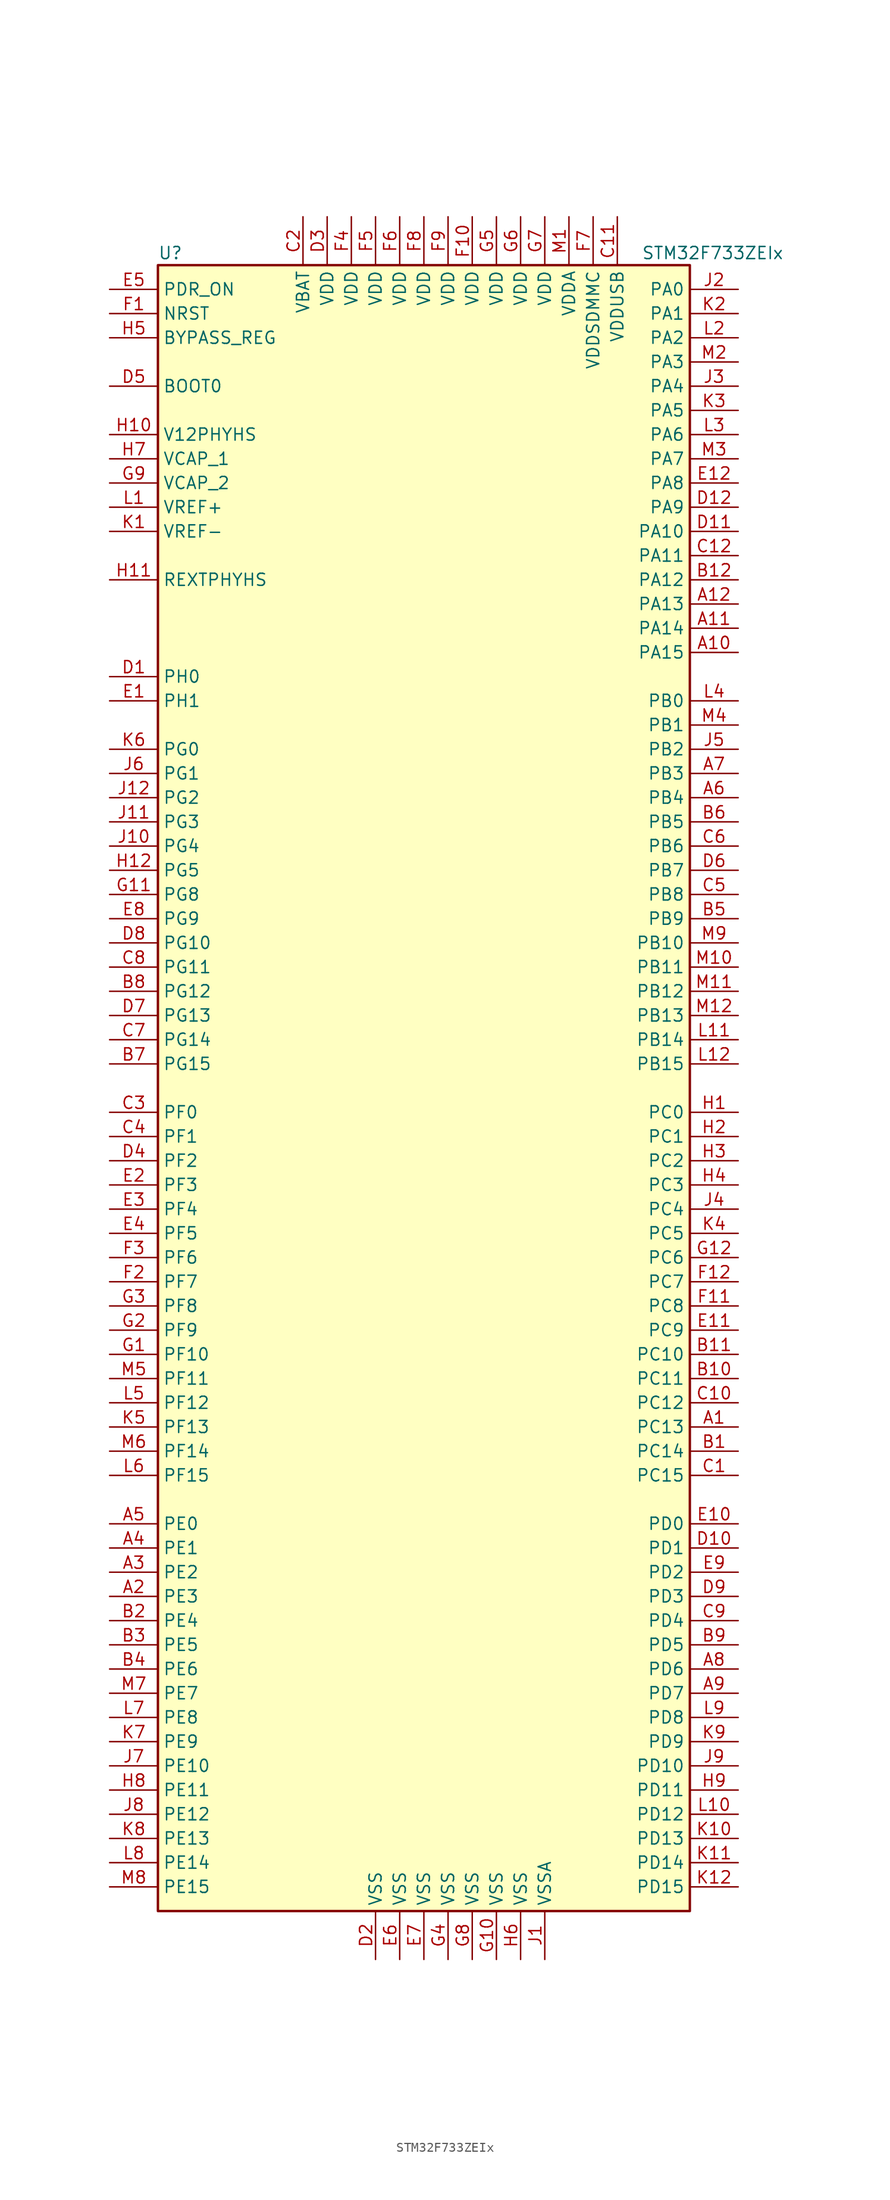
<source format=kicad_sym>
(kicad_symbol_lib
  (version 20201005)
  (generator kicad_symbol_editor)
  (symbol "STM32F733ZEIx"
    (property "Reference" "U"
      (at -27.94 87.63 0)
      (effects (font (size 1.27 1.27)) (justify left)))
    (property "Value" "STM32F733ZEIx"
      (at 22.86 87.63 0)
      (effects (font (size 1.27 1.27)) (justify left)))
    (symbol "STM32F733ZEIx_0_1"
      (rectangle (start -27.94 -86.36) (end 27.94 86.36) (stroke (width 0.254)) (fill (type background))))
    (symbol "STM32F733ZEIx_1_1"
      (pin bidirectional line (at 33.02 -35.56 180) (length 5.08) (name "PC13" (effects (font (size 1.27 1.27)))) (number "A1" (effects (font (size 1.27 1.27)))))
      (pin bidirectional line (at 33.02 45.72 180) (length 5.08) (name "PA15" (effects (font (size 1.27 1.27)))) (number "A10" (effects (font (size 1.27 1.27)))))
      (pin bidirectional line (at 33.02 48.26 180) (length 5.08) (name "PA14" (effects (font (size 1.27 1.27)))) (number "A11" (effects (font (size 1.27 1.27)))))
      (pin bidirectional line (at 33.02 50.8 180) (length 5.08) (name "PA13" (effects (font (size 1.27 1.27)))) (number "A12" (effects (font (size 1.27 1.27)))))
      (pin bidirectional line (at -33.02 -53.34 0) (length 5.08) (name "PE3" (effects (font (size 1.27 1.27)))) (number "A2" (effects (font (size 1.27 1.27)))))
      (pin bidirectional line (at -33.02 -50.8 0) (length 5.08) (name "PE2" (effects (font (size 1.27 1.27)))) (number "A3" (effects (font (size 1.27 1.27)))))
      (pin bidirectional line (at -33.02 -48.26 0) (length 5.08) (name "PE1" (effects (font (size 1.27 1.27)))) (number "A4" (effects (font (size 1.27 1.27)))))
      (pin bidirectional line (at -33.02 -45.72 0) (length 5.08) (name "PE0" (effects (font (size 1.27 1.27)))) (number "A5" (effects (font (size 1.27 1.27)))))
      (pin bidirectional line (at 33.02 30.48 180) (length 5.08) (name "PB4" (effects (font (size 1.27 1.27)))) (number "A6" (effects (font (size 1.27 1.27)))))
      (pin bidirectional line (at 33.02 33.02 180) (length 5.08) (name "PB3" (effects (font (size 1.27 1.27)))) (number "A7" (effects (font (size 1.27 1.27)))))
      (pin bidirectional line (at 33.02 -60.96 180) (length 5.08) (name "PD6" (effects (font (size 1.27 1.27)))) (number "A8" (effects (font (size 1.27 1.27)))))
      (pin bidirectional line (at 33.02 -63.5 180) (length 5.08) (name "PD7" (effects (font (size 1.27 1.27)))) (number "A9" (effects (font (size 1.27 1.27)))))
      (pin bidirectional line (at 33.02 -38.1 180) (length 5.08) (name "PC14" (effects (font (size 1.27 1.27)))) (number "B1" (effects (font (size 1.27 1.27)))))
      (pin bidirectional line (at 33.02 -30.48 180) (length 5.08) (name "PC11" (effects (font (size 1.27 1.27)))) (number "B10" (effects (font (size 1.27 1.27)))))
      (pin bidirectional line (at 33.02 -27.94 180) (length 5.08) (name "PC10" (effects (font (size 1.27 1.27)))) (number "B11" (effects (font (size 1.27 1.27)))))
      (pin bidirectional line (at 33.02 53.34 180) (length 5.08) (name "PA12" (effects (font (size 1.27 1.27)))) (number "B12" (effects (font (size 1.27 1.27)))))
      (pin bidirectional line (at -33.02 -55.88 0) (length 5.08) (name "PE4" (effects (font (size 1.27 1.27)))) (number "B2" (effects (font (size 1.27 1.27)))))
      (pin bidirectional line (at -33.02 -58.42 0) (length 5.08) (name "PE5" (effects (font (size 1.27 1.27)))) (number "B3" (effects (font (size 1.27 1.27)))))
      (pin bidirectional line (at -33.02 -60.96 0) (length 5.08) (name "PE6" (effects (font (size 1.27 1.27)))) (number "B4" (effects (font (size 1.27 1.27)))))
      (pin bidirectional line (at 33.02 17.78 180) (length 5.08) (name "PB9" (effects (font (size 1.27 1.27)))) (number "B5" (effects (font (size 1.27 1.27)))))
      (pin bidirectional line (at 33.02 27.94 180) (length 5.08) (name "PB5" (effects (font (size 1.27 1.27)))) (number "B6" (effects (font (size 1.27 1.27)))))
      (pin bidirectional line (at -33.02 2.54 0) (length 5.08) (name "PG15" (effects (font (size 1.27 1.27)))) (number "B7" (effects (font (size 1.27 1.27)))))
      (pin bidirectional line (at -33.02 10.16 0) (length 5.08) (name "PG12" (effects (font (size 1.27 1.27)))) (number "B8" (effects (font (size 1.27 1.27)))))
      (pin bidirectional line (at 33.02 -58.42 180) (length 5.08) (name "PD5" (effects (font (size 1.27 1.27)))) (number "B9" (effects (font (size 1.27 1.27)))))
      (pin bidirectional line (at 33.02 -40.64 180) (length 5.08) (name "PC15" (effects (font (size 1.27 1.27)))) (number "C1" (effects (font (size 1.27 1.27)))))
      (pin bidirectional line (at 33.02 -33.02 180) (length 5.08) (name "PC12" (effects (font (size 1.27 1.27)))) (number "C10" (effects (font (size 1.27 1.27)))))
      (pin power_in line (at 20.32 91.44 270) (length 5.08) (name "VDDUSB" (effects (font (size 1.27 1.27)))) (number "C11" (effects (font (size 1.27 1.27)))))
      (pin bidirectional line (at 33.02 55.88 180) (length 5.08) (name "PA11" (effects (font (size 1.27 1.27)))) (number "C12" (effects (font (size 1.27 1.27)))))
      (pin power_in line (at -12.7 91.44 270) (length 5.08) (name "VBAT" (effects (font (size 1.27 1.27)))) (number "C2" (effects (font (size 1.27 1.27)))))
      (pin bidirectional line (at -33.02 -2.54 0) (length 5.08) (name "PF0" (effects (font (size 1.27 1.27)))) (number "C3" (effects (font (size 1.27 1.27)))))
      (pin bidirectional line (at -33.02 -5.08 0) (length 5.08) (name "PF1" (effects (font (size 1.27 1.27)))) (number "C4" (effects (font (size 1.27 1.27)))))
      (pin bidirectional line (at 33.02 20.32 180) (length 5.08) (name "PB8" (effects (font (size 1.27 1.27)))) (number "C5" (effects (font (size 1.27 1.27)))))
      (pin bidirectional line (at 33.02 25.4 180) (length 5.08) (name "PB6" (effects (font (size 1.27 1.27)))) (number "C6" (effects (font (size 1.27 1.27)))))
      (pin bidirectional line (at -33.02 5.08 0) (length 5.08) (name "PG14" (effects (font (size 1.27 1.27)))) (number "C7" (effects (font (size 1.27 1.27)))))
      (pin bidirectional line (at -33.02 12.7 0) (length 5.08) (name "PG11" (effects (font (size 1.27 1.27)))) (number "C8" (effects (font (size 1.27 1.27)))))
      (pin bidirectional line (at 33.02 -55.88 180) (length 5.08) (name "PD4" (effects (font (size 1.27 1.27)))) (number "C9" (effects (font (size 1.27 1.27)))))
      (pin input line (at -33.02 43.18 0) (length 5.08) (name "PH0" (effects (font (size 1.27 1.27)))) (number "D1" (effects (font (size 1.27 1.27)))))
      (pin bidirectional line (at 33.02 -48.26 180) (length 5.08) (name "PD1" (effects (font (size 1.27 1.27)))) (number "D10" (effects (font (size 1.27 1.27)))))
      (pin bidirectional line (at 33.02 58.42 180) (length 5.08) (name "PA10" (effects (font (size 1.27 1.27)))) (number "D11" (effects (font (size 1.27 1.27)))))
      (pin bidirectional line (at 33.02 60.96 180) (length 5.08) (name "PA9" (effects (font (size 1.27 1.27)))) (number "D12" (effects (font (size 1.27 1.27)))))
      (pin power_in line (at -5.08 -91.44 90) (length 5.08) (name "VSS" (effects (font (size 1.27 1.27)))) (number "D2" (effects (font (size 1.27 1.27)))))
      (pin power_in line (at -10.16 91.44 270) (length 5.08) (name "VDD" (effects (font (size 1.27 1.27)))) (number "D3" (effects (font (size 1.27 1.27)))))
      (pin bidirectional line (at -33.02 -7.62 0) (length 5.08) (name "PF2" (effects (font (size 1.27 1.27)))) (number "D4" (effects (font (size 1.27 1.27)))))
      (pin input line (at -33.02 73.66 0) (length 5.08) (name "BOOT0" (effects (font (size 1.27 1.27)))) (number "D5" (effects (font (size 1.27 1.27)))))
      (pin bidirectional line (at 33.02 22.86 180) (length 5.08) (name "PB7" (effects (font (size 1.27 1.27)))) (number "D6" (effects (font (size 1.27 1.27)))))
      (pin bidirectional line (at -33.02 7.62 0) (length 5.08) (name "PG13" (effects (font (size 1.27 1.27)))) (number "D7" (effects (font (size 1.27 1.27)))))
      (pin bidirectional line (at -33.02 15.24 0) (length 5.08) (name "PG10" (effects (font (size 1.27 1.27)))) (number "D8" (effects (font (size 1.27 1.27)))))
      (pin bidirectional line (at 33.02 -53.34 180) (length 5.08) (name "PD3" (effects (font (size 1.27 1.27)))) (number "D9" (effects (font (size 1.27 1.27)))))
      (pin input line (at -33.02 40.64 0) (length 5.08) (name "PH1" (effects (font (size 1.27 1.27)))) (number "E1" (effects (font (size 1.27 1.27)))))
      (pin bidirectional line (at 33.02 -45.72 180) (length 5.08) (name "PD0" (effects (font (size 1.27 1.27)))) (number "E10" (effects (font (size 1.27 1.27)))))
      (pin bidirectional line (at 33.02 -25.4 180) (length 5.08) (name "PC9" (effects (font (size 1.27 1.27)))) (number "E11" (effects (font (size 1.27 1.27)))))
      (pin bidirectional line (at 33.02 63.5 180) (length 5.08) (name "PA8" (effects (font (size 1.27 1.27)))) (number "E12" (effects (font (size 1.27 1.27)))))
      (pin bidirectional line (at -33.02 -10.16 0) (length 5.08) (name "PF3" (effects (font (size 1.27 1.27)))) (number "E2" (effects (font (size 1.27 1.27)))))
      (pin bidirectional line (at -33.02 -12.7 0) (length 5.08) (name "PF4" (effects (font (size 1.27 1.27)))) (number "E3" (effects (font (size 1.27 1.27)))))
      (pin bidirectional line (at -33.02 -15.24 0) (length 5.08) (name "PF5" (effects (font (size 1.27 1.27)))) (number "E4" (effects (font (size 1.27 1.27)))))
      (pin input line (at -33.02 83.82 0) (length 5.08) (name "PDR_ON" (effects (font (size 1.27 1.27)))) (number "E5" (effects (font (size 1.27 1.27)))))
      (pin power_in line (at -2.54 -91.44 90) (length 5.08) (name "VSS" (effects (font (size 1.27 1.27)))) (number "E6" (effects (font (size 1.27 1.27)))))
      (pin power_in line (at 0 -91.44 90) (length 5.08) (name "VSS" (effects (font (size 1.27 1.27)))) (number "E7" (effects (font (size 1.27 1.27)))))
      (pin bidirectional line (at -33.02 17.78 0) (length 5.08) (name "PG9" (effects (font (size 1.27 1.27)))) (number "E8" (effects (font (size 1.27 1.27)))))
      (pin bidirectional line (at 33.02 -50.8 180) (length 5.08) (name "PD2" (effects (font (size 1.27 1.27)))) (number "E9" (effects (font (size 1.27 1.27)))))
      (pin input line (at -33.02 81.28 0) (length 5.08) (name "NRST" (effects (font (size 1.27 1.27)))) (number "F1" (effects (font (size 1.27 1.27)))))
      (pin power_in line (at 5.08 91.44 270) (length 5.08) (name "VDD" (effects (font (size 1.27 1.27)))) (number "F10" (effects (font (size 1.27 1.27)))))
      (pin bidirectional line (at 33.02 -22.86 180) (length 5.08) (name "PC8" (effects (font (size 1.27 1.27)))) (number "F11" (effects (font (size 1.27 1.27)))))
      (pin bidirectional line (at 33.02 -20.32 180) (length 5.08) (name "PC7" (effects (font (size 1.27 1.27)))) (number "F12" (effects (font (size 1.27 1.27)))))
      (pin bidirectional line (at -33.02 -20.32 0) (length 5.08) (name "PF7" (effects (font (size 1.27 1.27)))) (number "F2" (effects (font (size 1.27 1.27)))))
      (pin bidirectional line (at -33.02 -17.78 0) (length 5.08) (name "PF6" (effects (font (size 1.27 1.27)))) (number "F3" (effects (font (size 1.27 1.27)))))
      (pin power_in line (at -7.62 91.44 270) (length 5.08) (name "VDD" (effects (font (size 1.27 1.27)))) (number "F4" (effects (font (size 1.27 1.27)))))
      (pin power_in line (at -5.08 91.44 270) (length 5.08) (name "VDD" (effects (font (size 1.27 1.27)))) (number "F5" (effects (font (size 1.27 1.27)))))
      (pin power_in line (at -2.54 91.44 270) (length 5.08) (name "VDD" (effects (font (size 1.27 1.27)))) (number "F6" (effects (font (size 1.27 1.27)))))
      (pin power_in line (at 17.78 91.44 270) (length 5.08) (name "VDDSDMMC" (effects (font (size 1.27 1.27)))) (number "F7" (effects (font (size 1.27 1.27)))))
      (pin power_in line (at 0 91.44 270) (length 5.08) (name "VDD" (effects (font (size 1.27 1.27)))) (number "F8" (effects (font (size 1.27 1.27)))))
      (pin power_in line (at 2.54 91.44 270) (length 5.08) (name "VDD" (effects (font (size 1.27 1.27)))) (number "F9" (effects (font (size 1.27 1.27)))))
      (pin bidirectional line (at -33.02 -27.94 0) (length 5.08) (name "PF10" (effects (font (size 1.27 1.27)))) (number "G1" (effects (font (size 1.27 1.27)))))
      (pin power_in line (at 7.62 -91.44 90) (length 5.08) (name "VSS" (effects (font (size 1.27 1.27)))) (number "G10" (effects (font (size 1.27 1.27)))))
      (pin bidirectional line (at -33.02 20.32 0) (length 5.08) (name "PG8" (effects (font (size 1.27 1.27)))) (number "G11" (effects (font (size 1.27 1.27)))))
      (pin bidirectional line (at 33.02 -17.78 180) (length 5.08) (name "PC6" (effects (font (size 1.27 1.27)))) (number "G12" (effects (font (size 1.27 1.27)))))
      (pin bidirectional line (at -33.02 -25.4 0) (length 5.08) (name "PF9" (effects (font (size 1.27 1.27)))) (number "G2" (effects (font (size 1.27 1.27)))))
      (pin bidirectional line (at -33.02 -22.86 0) (length 5.08) (name "PF8" (effects (font (size 1.27 1.27)))) (number "G3" (effects (font (size 1.27 1.27)))))
      (pin power_in line (at 2.54 -91.44 90) (length 5.08) (name "VSS" (effects (font (size 1.27 1.27)))) (number "G4" (effects (font (size 1.27 1.27)))))
      (pin power_in line (at 7.62 91.44 270) (length 5.08) (name "VDD" (effects (font (size 1.27 1.27)))) (number "G5" (effects (font (size 1.27 1.27)))))
      (pin power_in line (at 10.16 91.44 270) (length 5.08) (name "VDD" (effects (font (size 1.27 1.27)))) (number "G6" (effects (font (size 1.27 1.27)))))
      (pin power_in line (at 12.7 91.44 270) (length 5.08) (name "VDD" (effects (font (size 1.27 1.27)))) (number "G7" (effects (font (size 1.27 1.27)))))
      (pin power_in line (at 5.08 -91.44 90) (length 5.08) (name "VSS" (effects (font (size 1.27 1.27)))) (number "G8" (effects (font (size 1.27 1.27)))))
      (pin power_in line (at -33.02 63.5 0) (length 5.08) (name "VCAP_2" (effects (font (size 1.27 1.27)))) (number "G9" (effects (font (size 1.27 1.27)))))
      (pin bidirectional line (at 33.02 -2.54 180) (length 5.08) (name "PC0" (effects (font (size 1.27 1.27)))) (number "H1" (effects (font (size 1.27 1.27)))))
      (pin power_in line (at -33.02 68.58 0) (length 5.08) (name "V12PHYHS" (effects (font (size 1.27 1.27)))) (number "H10" (effects (font (size 1.27 1.27)))))
      (pin bidirectional line (at -33.02 53.34 0) (length 5.08) (name "REXTPHYHS" (effects (font (size 1.27 1.27)))) (number "H11" (effects (font (size 1.27 1.27)))))
      (pin bidirectional line (at -33.02 22.86 0) (length 5.08) (name "PG5" (effects (font (size 1.27 1.27)))) (number "H12" (effects (font (size 1.27 1.27)))))
      (pin bidirectional line (at 33.02 -5.08 180) (length 5.08) (name "PC1" (effects (font (size 1.27 1.27)))) (number "H2" (effects (font (size 1.27 1.27)))))
      (pin bidirectional line (at 33.02 -7.62 180) (length 5.08) (name "PC2" (effects (font (size 1.27 1.27)))) (number "H3" (effects (font (size 1.27 1.27)))))
      (pin bidirectional line (at 33.02 -10.16 180) (length 5.08) (name "PC3" (effects (font (size 1.27 1.27)))) (number "H4" (effects (font (size 1.27 1.27)))))
      (pin input line (at -33.02 78.74 0) (length 5.08) (name "BYPASS_REG" (effects (font (size 1.27 1.27)))) (number "H5" (effects (font (size 1.27 1.27)))))
      (pin power_in line (at 10.16 -91.44 90) (length 5.08) (name "VSS" (effects (font (size 1.27 1.27)))) (number "H6" (effects (font (size 1.27 1.27)))))
      (pin power_in line (at -33.02 66.04 0) (length 5.08) (name "VCAP_1" (effects (font (size 1.27 1.27)))) (number "H7" (effects (font (size 1.27 1.27)))))
      (pin bidirectional line (at -33.02 -73.66 0) (length 5.08) (name "PE11" (effects (font (size 1.27 1.27)))) (number "H8" (effects (font (size 1.27 1.27)))))
      (pin bidirectional line (at 33.02 -73.66 180) (length 5.08) (name "PD11" (effects (font (size 1.27 1.27)))) (number "H9" (effects (font (size 1.27 1.27)))))
      (pin power_in line (at 12.7 -91.44 90) (length 5.08) (name "VSSA" (effects (font (size 1.27 1.27)))) (number "J1" (effects (font (size 1.27 1.27)))))
      (pin bidirectional line (at -33.02 25.4 0) (length 5.08) (name "PG4" (effects (font (size 1.27 1.27)))) (number "J10" (effects (font (size 1.27 1.27)))))
      (pin bidirectional line (at -33.02 27.94 0) (length 5.08) (name "PG3" (effects (font (size 1.27 1.27)))) (number "J11" (effects (font (size 1.27 1.27)))))
      (pin bidirectional line (at -33.02 30.48 0) (length 5.08) (name "PG2" (effects (font (size 1.27 1.27)))) (number "J12" (effects (font (size 1.27 1.27)))))
      (pin bidirectional line (at 33.02 83.82 180) (length 5.08) (name "PA0" (effects (font (size 1.27 1.27)))) (number "J2" (effects (font (size 1.27 1.27)))))
      (pin bidirectional line (at 33.02 73.66 180) (length 5.08) (name "PA4" (effects (font (size 1.27 1.27)))) (number "J3" (effects (font (size 1.27 1.27)))))
      (pin bidirectional line (at 33.02 -12.7 180) (length 5.08) (name "PC4" (effects (font (size 1.27 1.27)))) (number "J4" (effects (font (size 1.27 1.27)))))
      (pin bidirectional line (at 33.02 35.56 180) (length 5.08) (name "PB2" (effects (font (size 1.27 1.27)))) (number "J5" (effects (font (size 1.27 1.27)))))
      (pin bidirectional line (at -33.02 33.02 0) (length 5.08) (name "PG1" (effects (font (size 1.27 1.27)))) (number "J6" (effects (font (size 1.27 1.27)))))
      (pin bidirectional line (at -33.02 -71.12 0) (length 5.08) (name "PE10" (effects (font (size 1.27 1.27)))) (number "J7" (effects (font (size 1.27 1.27)))))
      (pin bidirectional line (at -33.02 -76.2 0) (length 5.08) (name "PE12" (effects (font (size 1.27 1.27)))) (number "J8" (effects (font (size 1.27 1.27)))))
      (pin bidirectional line (at 33.02 -71.12 180) (length 5.08) (name "PD10" (effects (font (size 1.27 1.27)))) (number "J9" (effects (font (size 1.27 1.27)))))
      (pin power_in line (at -33.02 58.42 0) (length 5.08) (name "VREF-" (effects (font (size 1.27 1.27)))) (number "K1" (effects (font (size 1.27 1.27)))))
      (pin bidirectional line (at 33.02 -78.74 180) (length 5.08) (name "PD13" (effects (font (size 1.27 1.27)))) (number "K10" (effects (font (size 1.27 1.27)))))
      (pin bidirectional line (at 33.02 -81.28 180) (length 5.08) (name "PD14" (effects (font (size 1.27 1.27)))) (number "K11" (effects (font (size 1.27 1.27)))))
      (pin bidirectional line (at 33.02 -83.82 180) (length 5.08) (name "PD15" (effects (font (size 1.27 1.27)))) (number "K12" (effects (font (size 1.27 1.27)))))
      (pin bidirectional line (at 33.02 81.28 180) (length 5.08) (name "PA1" (effects (font (size 1.27 1.27)))) (number "K2" (effects (font (size 1.27 1.27)))))
      (pin bidirectional line (at 33.02 71.12 180) (length 5.08) (name "PA5" (effects (font (size 1.27 1.27)))) (number "K3" (effects (font (size 1.27 1.27)))))
      (pin bidirectional line (at 33.02 -15.24 180) (length 5.08) (name "PC5" (effects (font (size 1.27 1.27)))) (number "K4" (effects (font (size 1.27 1.27)))))
      (pin bidirectional line (at -33.02 -35.56 0) (length 5.08) (name "PF13" (effects (font (size 1.27 1.27)))) (number "K5" (effects (font (size 1.27 1.27)))))
      (pin bidirectional line (at -33.02 35.56 0) (length 5.08) (name "PG0" (effects (font (size 1.27 1.27)))) (number "K6" (effects (font (size 1.27 1.27)))))
      (pin bidirectional line (at -33.02 -68.58 0) (length 5.08) (name "PE9" (effects (font (size 1.27 1.27)))) (number "K7" (effects (font (size 1.27 1.27)))))
      (pin bidirectional line (at -33.02 -78.74 0) (length 5.08) (name "PE13" (effects (font (size 1.27 1.27)))) (number "K8" (effects (font (size 1.27 1.27)))))
      (pin bidirectional line (at 33.02 -68.58 180) (length 5.08) (name "PD9" (effects (font (size 1.27 1.27)))) (number "K9" (effects (font (size 1.27 1.27)))))
      (pin power_in line (at -33.02 60.96 0) (length 5.08) (name "VREF+" (effects (font (size 1.27 1.27)))) (number "L1" (effects (font (size 1.27 1.27)))))
      (pin bidirectional line (at 33.02 -76.2 180) (length 5.08) (name "PD12" (effects (font (size 1.27 1.27)))) (number "L10" (effects (font (size 1.27 1.27)))))
      (pin bidirectional line (at 33.02 5.08 180) (length 5.08) (name "PB14" (effects (font (size 1.27 1.27)))) (number "L11" (effects (font (size 1.27 1.27)))))
      (pin bidirectional line (at 33.02 2.54 180) (length 5.08) (name "PB15" (effects (font (size 1.27 1.27)))) (number "L12" (effects (font (size 1.27 1.27)))))
      (pin bidirectional line (at 33.02 78.74 180) (length 5.08) (name "PA2" (effects (font (size 1.27 1.27)))) (number "L2" (effects (font (size 1.27 1.27)))))
      (pin bidirectional line (at 33.02 68.58 180) (length 5.08) (name "PA6" (effects (font (size 1.27 1.27)))) (number "L3" (effects (font (size 1.27 1.27)))))
      (pin bidirectional line (at 33.02 40.64 180) (length 5.08) (name "PB0" (effects (font (size 1.27 1.27)))) (number "L4" (effects (font (size 1.27 1.27)))))
      (pin bidirectional line (at -33.02 -33.02 0) (length 5.08) (name "PF12" (effects (font (size 1.27 1.27)))) (number "L5" (effects (font (size 1.27 1.27)))))
      (pin bidirectional line (at -33.02 -40.64 0) (length 5.08) (name "PF15" (effects (font (size 1.27 1.27)))) (number "L6" (effects (font (size 1.27 1.27)))))
      (pin bidirectional line (at -33.02 -66.04 0) (length 5.08) (name "PE8" (effects (font (size 1.27 1.27)))) (number "L7" (effects (font (size 1.27 1.27)))))
      (pin bidirectional line (at -33.02 -81.28 0) (length 5.08) (name "PE14" (effects (font (size 1.27 1.27)))) (number "L8" (effects (font (size 1.27 1.27)))))
      (pin bidirectional line (at 33.02 -66.04 180) (length 5.08) (name "PD8" (effects (font (size 1.27 1.27)))) (number "L9" (effects (font (size 1.27 1.27)))))
      (pin power_in line (at 15.24 91.44 270) (length 5.08) (name "VDDA" (effects (font (size 1.27 1.27)))) (number "M1" (effects (font (size 1.27 1.27)))))
      (pin bidirectional line (at 33.02 12.7 180) (length 5.08) (name "PB11" (effects (font (size 1.27 1.27)))) (number "M10" (effects (font (size 1.27 1.27)))))
      (pin bidirectional line (at 33.02 10.16 180) (length 5.08) (name "PB12" (effects (font (size 1.27 1.27)))) (number "M11" (effects (font (size 1.27 1.27)))))
      (pin bidirectional line (at 33.02 7.62 180) (length 5.08) (name "PB13" (effects (font (size 1.27 1.27)))) (number "M12" (effects (font (size 1.27 1.27)))))
      (pin bidirectional line (at 33.02 76.2 180) (length 5.08) (name "PA3" (effects (font (size 1.27 1.27)))) (number "M2" (effects (font (size 1.27 1.27)))))
      (pin bidirectional line (at 33.02 66.04 180) (length 5.08) (name "PA7" (effects (font (size 1.27 1.27)))) (number "M3" (effects (font (size 1.27 1.27)))))
      (pin bidirectional line (at 33.02 38.1 180) (length 5.08) (name "PB1" (effects (font (size 1.27 1.27)))) (number "M4" (effects (font (size 1.27 1.27)))))
      (pin bidirectional line (at -33.02 -30.48 0) (length 5.08) (name "PF11" (effects (font (size 1.27 1.27)))) (number "M5" (effects (font (size 1.27 1.27)))))
      (pin bidirectional line (at -33.02 -38.1 0) (length 5.08) (name "PF14" (effects (font (size 1.27 1.27)))) (number "M6" (effects (font (size 1.27 1.27)))))
      (pin bidirectional line (at -33.02 -63.5 0) (length 5.08) (name "PE7" (effects (font (size 1.27 1.27)))) (number "M7" (effects (font (size 1.27 1.27)))))
      (pin bidirectional line (at -33.02 -83.82 0) (length 5.08) (name "PE15" (effects (font (size 1.27 1.27)))) (number "M8" (effects (font (size 1.27 1.27)))))
      (pin bidirectional line (at 33.02 15.24 180) (length 5.08) (name "PB10" (effects (font (size 1.27 1.27)))) (number "M9" (effects (font (size 1.27 1.27))))))))
</source>
